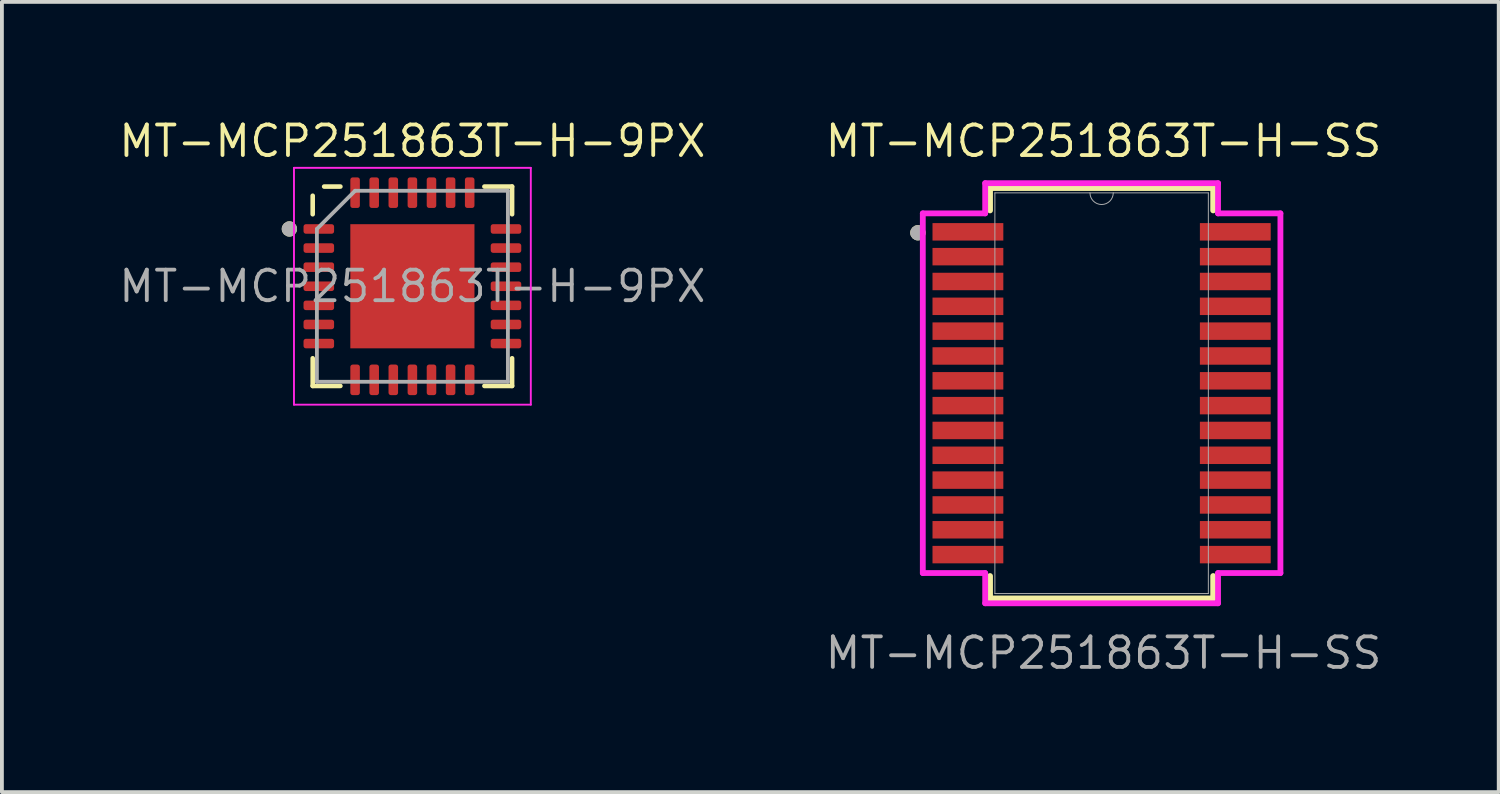
<source format=kicad_pcb>
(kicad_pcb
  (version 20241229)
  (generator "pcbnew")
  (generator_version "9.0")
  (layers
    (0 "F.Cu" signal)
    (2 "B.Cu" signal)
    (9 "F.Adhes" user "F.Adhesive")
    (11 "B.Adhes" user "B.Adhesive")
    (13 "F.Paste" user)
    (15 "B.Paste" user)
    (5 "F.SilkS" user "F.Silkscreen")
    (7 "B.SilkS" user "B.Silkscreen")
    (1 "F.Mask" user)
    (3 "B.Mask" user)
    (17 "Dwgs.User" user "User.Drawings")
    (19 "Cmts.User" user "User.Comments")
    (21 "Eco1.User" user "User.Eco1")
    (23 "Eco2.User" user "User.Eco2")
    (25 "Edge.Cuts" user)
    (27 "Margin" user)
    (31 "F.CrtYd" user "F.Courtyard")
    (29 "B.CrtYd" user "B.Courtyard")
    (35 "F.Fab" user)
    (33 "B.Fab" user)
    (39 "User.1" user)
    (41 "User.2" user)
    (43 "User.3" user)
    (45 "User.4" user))
  (footprint "MT-MCP251863T-H-9PX"
    (layer "F.Cu")
    (at 7.746 4.444)
    (property "Reference" "MT-MCP251863T-H-9PX" (at 0 -3.8 0) (layer "F.SilkS") (effects (font (size 0.8 0.8) (thickness 0.1))))
    (attr smd)
    (fp_line (start -2.61 -1.885) (end -2.61 -2.37) (stroke (width 0.12) (type solid)) (layer "F.SilkS"))
    (fp_line (start -2.61 2.61) (end -2.61 1.885) (stroke (width 0.12) (type solid)) (layer "F.SilkS"))
    (fp_line (start -1.885 -2.61) (end -2.31 -2.61) (stroke (width 0.12) (type solid)) (layer "F.SilkS"))
    (fp_line (start -1.885 2.61) (end -2.61 2.61) (stroke (width 0.12) (type solid)) (layer "F.SilkS"))
    (fp_line (start 1.885 -2.61) (end 2.61 -2.61) (stroke (width 0.12) (type solid)) (layer "F.SilkS"))
    (fp_line (start 1.885 2.61) (end 2.61 2.61) (stroke (width 0.12) (type solid)) (layer "F.SilkS"))
    (fp_line (start 2.61 -2.61) (end 2.61 -1.885) (stroke (width 0.12) (type solid)) (layer "F.SilkS"))
    (fp_line (start 2.61 2.61) (end 2.61 1.885) (stroke (width 0.12) (type solid)) (layer "F.SilkS"))
    (fp_circle (center -3.22 -1.5) (end -3.12 -1.5) (stroke (width 0.2) (type solid)) (fill no) (layer "F.SilkS"))
    (fp_line (start -3.1 -3.1) (end -3.1 3.1) (stroke (width 0.05) (type solid)) (layer "F.CrtYd"))
    (fp_line (start -3.1 3.1) (end 3.1 3.1) (stroke (width 0.05) (type solid)) (layer "F.CrtYd"))
    (fp_line (start 3.1 -3.1) (end -3.1 -3.1) (stroke (width 0.05) (type solid)) (layer "F.CrtYd"))
    (fp_line (start 3.1 3.1) (end 3.1 -3.1) (stroke (width 0.05) (type solid)) (layer "F.CrtYd"))
    (fp_line (start -2.5 -1.5) (end -1.5 -2.5) (stroke (width 0.1) (type solid)) (layer "F.Fab"))
    (fp_line (start -2.5 2.5) (end -2.5 -1.5) (stroke (width 0.1) (type solid)) (layer "F.Fab"))
    (fp_line (start -1.5 -2.5) (end 2.5 -2.5) (stroke (width 0.1) (type solid)) (layer "F.Fab"))
    (fp_line (start 2.5 -2.5) (end 2.5 2.5) (stroke (width 0.1) (type solid)) (layer "F.Fab"))
    (fp_line (start 2.5 2.5) (end -2.5 2.5) (stroke (width 0.1) (type solid)) (layer "F.Fab"))
    (fp_circle (center -3.22 -1.5) (end -3.12 -1.5) (stroke (width 0.2) (type solid)) (fill no) (layer "F.Fab"))
    (fp_text user "${REFERENCE}" (at 0 0 0) (layer "F.Fab") (effects (font (size 0.8 0.8) (thickness 0.1))))
    (pad "" smd roundrect (at -0.81 -0.81) (size 1.31 1.31) (layers "F.Paste") (roundrect_rratio 0.191))
    (pad "" smd roundrect (at -0.81 0.81) (size 1.31 1.31) (layers "F.Paste") (roundrect_rratio 0.191))
    (pad "" smd roundrect (at 0.81 -0.81) (size 1.31 1.31) (layers "F.Paste") (roundrect_rratio 0.191))
    (pad "" smd roundrect (at 0.81 0.81) (size 1.31 1.31) (layers "F.Paste") (roundrect_rratio 0.191))
    (pad "1" smd roundrect (at -2.45 -1.5) (size 0.8 0.25) (layers "F.Cu" "F.Mask" "F.Paste") (roundrect_rratio 0.25))
    (pad "2" smd roundrect (at -2.45 -1) (size 0.8 0.25) (layers "F.Cu" "F.Mask" "F.Paste") (roundrect_rratio 0.25))
    (pad "3" smd roundrect (at -2.45 -0.5) (size 0.8 0.25) (layers "F.Cu" "F.Mask" "F.Paste") (roundrect_rratio 0.25))
    (pad "4" smd roundrect (at -2.45 0) (size 0.8 0.25) (layers "F.Cu" "F.Mask" "F.Paste") (roundrect_rratio 0.25))
    (pad "5" smd roundrect (at -2.45 0.5) (size 0.8 0.25) (layers "F.Cu" "F.Mask" "F.Paste") (roundrect_rratio 0.25))
    (pad "6" smd roundrect (at -2.45 1) (size 0.8 0.25) (layers "F.Cu" "F.Mask" "F.Paste") (roundrect_rratio 0.25))
    (pad "7" smd roundrect (at -2.45 1.5) (size 0.8 0.25) (layers "F.Cu" "F.Mask" "F.Paste") (roundrect_rratio 0.25))
    (pad "8" smd roundrect (at -1.5 2.45) (size 0.25 0.8) (layers "F.Cu" "F.Mask" "F.Paste") (roundrect_rratio 0.25))
    (pad "9" smd roundrect (at -1 2.45) (size 0.25 0.8) (layers "F.Cu" "F.Mask" "F.Paste") (roundrect_rratio 0.25))
    (pad "10" smd roundrect (at -0.5 2.45) (size 0.25 0.8) (layers "F.Cu" "F.Mask" "F.Paste") (roundrect_rratio 0.25))
    (pad "11" smd roundrect (at 0 2.45) (size 0.25 0.8) (layers "F.Cu" "F.Mask" "F.Paste") (roundrect_rratio 0.25))
    (pad "12" smd roundrect (at 0.5 2.45) (size 0.25 0.8) (layers "F.Cu" "F.Mask" "F.Paste") (roundrect_rratio 0.25))
    (pad "13" smd roundrect (at 1 2.45) (size 0.25 0.8) (layers "F.Cu" "F.Mask" "F.Paste") (roundrect_rratio 0.25))
    (pad "14" smd roundrect (at 1.5 2.45) (size 0.25 0.8) (layers "F.Cu" "F.Mask" "F.Paste") (roundrect_rratio 0.25))
    (pad "15" smd roundrect (at 2.45 1.5) (size 0.8 0.25) (layers "F.Cu" "F.Mask" "F.Paste") (roundrect_rratio 0.25))
    (pad "16" smd roundrect (at 2.45 1) (size 0.8 0.25) (layers "F.Cu" "F.Mask" "F.Paste") (roundrect_rratio 0.25))
    (pad "17" smd roundrect (at 2.45 0.5) (size 0.8 0.25) (layers "F.Cu" "F.Mask" "F.Paste") (roundrect_rratio 0.25))
    (pad "18" smd roundrect (at 2.45 0) (size 0.8 0.25) (layers "F.Cu" "F.Mask" "F.Paste") (roundrect_rratio 0.25))
    (pad "19" smd roundrect (at 2.45 -0.5) (size 0.8 0.25) (layers "F.Cu" "F.Mask" "F.Paste") (roundrect_rratio 0.25))
    (pad "20" smd roundrect (at 2.45 -1) (size 0.8 0.25) (layers "F.Cu" "F.Mask" "F.Paste") (roundrect_rratio 0.25))
    (pad "21" smd roundrect (at 2.45 -1.5) (size 0.8 0.25) (layers "F.Cu" "F.Mask" "F.Paste") (roundrect_rratio 0.25))
    (pad "22" smd roundrect (at 1.5 -2.45) (size 0.25 0.8) (layers "F.Cu" "F.Mask" "F.Paste") (roundrect_rratio 0.25))
    (pad "23" smd roundrect (at 1 -2.45) (size 0.25 0.8) (layers "F.Cu" "F.Mask" "F.Paste") (roundrect_rratio 0.25))
    (pad "24" smd roundrect (at 0.5 -2.45) (size 0.25 0.8) (layers "F.Cu" "F.Mask" "F.Paste") (roundrect_rratio 0.25))
    (pad "25" smd roundrect (at 0 -2.45) (size 0.25 0.8) (layers "F.Cu" "F.Mask" "F.Paste") (roundrect_rratio 0.25))
    (pad "26" smd roundrect (at -0.5 -2.45) (size 0.25 0.8) (layers "F.Cu" "F.Mask" "F.Paste") (roundrect_rratio 0.25))
    (pad "27" smd roundrect (at -1 -2.45) (size 0.25 0.8) (layers "F.Cu" "F.Mask" "F.Paste") (roundrect_rratio 0.25))
    (pad "28" smd roundrect (at -1.5 -2.45) (size 0.25 0.8) (layers "F.Cu" "F.Mask" "F.Paste") (roundrect_rratio 0.25))
    (pad "29" smd rect (at 0 0) (size 3.25 3.25) (property pad_prop_heatsink) (layers "F.Cu" "F.Mask")))
  (footprint "MT-MCP251863T-H-SS"
    (layer "F.Cu")
    (at 25.789 7.244)
    (property "Reference" "MT-MCP251863T-H-SS" (at 0.05 -6.6 0) (unlocked yes) (layer "F.SilkS") (effects (font (size 0.8 0.8) (thickness 0.1))))
    (attr smd)
    (fp_line (start -2.921 -5.372) (end -2.921 -4.786) (stroke (width 0.152) (type solid)) (layer "F.SilkS"))
    (fp_line (start -2.921 4.786) (end -2.921 5.372) (stroke (width 0.152) (type solid)) (layer "F.SilkS"))
    (fp_line (start -2.921 5.372) (end 2.921 5.372) (stroke (width 0.152) (type solid)) (layer "F.SilkS"))
    (fp_line (start 2.921 -5.372) (end -2.921 -5.372) (stroke (width 0.152) (type solid)) (layer "F.SilkS"))
    (fp_line (start 2.921 -4.786) (end 2.921 -5.372) (stroke (width 0.152) (type solid)) (layer "F.SilkS"))
    (fp_line (start 2.921 5.372) (end 2.921 4.786) (stroke (width 0.152) (type solid)) (layer "F.SilkS"))
    (fp_circle (center -4.81 -4.2) (end -4.71 -4.2) (stroke (width 0.2) (type solid)) (fill no) (layer "F.SilkS"))
    (fp_line (start -4.681 -4.708) (end -3.048 -4.708) (stroke (width 0.152) (type solid)) (layer "F.CrtYd"))
    (fp_line (start -4.681 4.708) (end -4.681 -4.708) (stroke (width 0.152) (type solid)) (layer "F.CrtYd"))
    (fp_line (start -4.681 4.708) (end -3.048 4.708) (stroke (width 0.152) (type solid)) (layer "F.CrtYd"))
    (fp_line (start -3.048 -5.499) (end 3.048 -5.499) (stroke (width 0.152) (type solid)) (layer "F.CrtYd"))
    (fp_line (start -3.048 -4.708) (end -3.048 -5.499) (stroke (width 0.152) (type solid)) (layer "F.CrtYd"))
    (fp_line (start -3.048 5.499) (end -3.048 4.708) (stroke (width 0.152) (type solid)) (layer "F.CrtYd"))
    (fp_line (start 3.048 -5.499) (end 3.048 -4.708) (stroke (width 0.152) (type solid)) (layer "F.CrtYd"))
    (fp_line (start 3.048 4.708) (end 3.048 5.499) (stroke (width 0.152) (type solid)) (layer "F.CrtYd"))
    (fp_line (start 3.048 5.499) (end -3.048 5.499) (stroke (width 0.152) (type solid)) (layer "F.CrtYd"))
    (fp_line (start 4.681 -4.708) (end 3.048 -4.708) (stroke (width 0.152) (type solid)) (layer "F.CrtYd"))
    (fp_line (start 4.681 -4.708) (end 4.681 4.708) (stroke (width 0.152) (type solid)) (layer "F.CrtYd"))
    (fp_line (start 4.681 4.708) (end 3.048 4.708) (stroke (width 0.152) (type solid)) (layer "F.CrtYd"))
    (fp_line (start -2.794 -5.245) (end -2.794 5.245) (stroke (width 0.025) (type solid)) (layer "F.Fab"))
    (fp_line (start -2.794 5.245) (end 2.794 5.245) (stroke (width 0.025) (type solid)) (layer "F.Fab"))
    (fp_line (start 2.794 -5.245) (end -2.794 -5.245) (stroke (width 0.025) (type solid)) (layer "F.Fab"))
    (fp_line (start 2.794 5.245) (end 2.794 -5.245) (stroke (width 0.025) (type solid)) (layer "F.Fab"))
    (fp_arc (start 0.3048 -5.2451) (mid 0 -4.9403) (end -0.3048 -5.2451) (stroke (width 0.0254) (type solid)) (layer "F.Fab"))
    (fp_circle (center -4.81 -4.2) (end -4.71 -4.2) (stroke (width 0.2) (type solid)) (fill no) (layer "F.Fab"))
    (fp_text user "${REFERENCE}" (at 0.05 6.8 0) (unlocked yes) (layer "F.Fab") (effects (font (size 0.8 0.8) (thickness 0.1))))
    (pad "1" smd rect (at -3.5 -4.225) (size 1.854 0.457) (layers "F.Cu" "F.Mask" "F.Paste"))
    (pad "2" smd rect (at -3.5 -3.575) (size 1.854 0.457) (layers "F.Cu" "F.Mask" "F.Paste"))
    (pad "3" smd rect (at -3.5 -2.925) (size 1.854 0.457) (layers "F.Cu" "F.Mask" "F.Paste"))
    (pad "4" smd rect (at -3.5 -2.275) (size 1.854 0.457) (layers "F.Cu" "F.Mask" "F.Paste"))
    (pad "5" smd rect (at -3.5 -1.625) (size 1.854 0.457) (layers "F.Cu" "F.Mask" "F.Paste"))
    (pad "6" smd rect (at -3.5 -0.975) (size 1.854 0.457) (layers "F.Cu" "F.Mask" "F.Paste"))
    (pad "7" smd rect (at -3.5 -0.325) (size 1.854 0.457) (layers "F.Cu" "F.Mask" "F.Paste"))
    (pad "8" smd rect (at -3.5 0.325) (size 1.854 0.457) (layers "F.Cu" "F.Mask" "F.Paste"))
    (pad "9" smd rect (at -3.5 0.975) (size 1.854 0.457) (layers "F.Cu" "F.Mask" "F.Paste"))
    (pad "10" smd rect (at -3.5 1.625) (size 1.854 0.457) (layers "F.Cu" "F.Mask" "F.Paste"))
    (pad "11" smd rect (at -3.5 2.275) (size 1.854 0.457) (layers "F.Cu" "F.Mask" "F.Paste"))
    (pad "12" smd rect (at -3.5 2.925) (size 1.854 0.457) (layers "F.Cu" "F.Mask" "F.Paste"))
    (pad "13" smd rect (at -3.5 3.575) (size 1.854 0.457) (layers "F.Cu" "F.Mask" "F.Paste"))
    (pad "14" smd rect (at -3.5 4.225) (size 1.854 0.457) (layers "F.Cu" "F.Mask" "F.Paste"))
    (pad "15" smd rect (at 3.5 4.225) (size 1.854 0.457) (layers "F.Cu" "F.Mask" "F.Paste"))
    (pad "16" smd rect (at 3.5 3.575) (size 1.854 0.457) (layers "F.Cu" "F.Mask" "F.Paste"))
    (pad "17" smd rect (at 3.5 2.925) (size 1.854 0.457) (layers "F.Cu" "F.Mask" "F.Paste"))
    (pad "18" smd rect (at 3.5 2.275) (size 1.854 0.457) (layers "F.Cu" "F.Mask" "F.Paste"))
    (pad "19" smd rect (at 3.5 1.625) (size 1.854 0.457) (layers "F.Cu" "F.Mask" "F.Paste"))
    (pad "20" smd rect (at 3.5 0.975) (size 1.854 0.457) (layers "F.Cu" "F.Mask" "F.Paste"))
    (pad "21" smd rect (at 3.5 0.325) (size 1.854 0.457) (layers "F.Cu" "F.Mask" "F.Paste"))
    (pad "22" smd rect (at 3.5 -0.325) (size 1.854 0.457) (layers "F.Cu" "F.Mask" "F.Paste"))
    (pad "23" smd rect (at 3.5 -0.975) (size 1.854 0.457) (layers "F.Cu" "F.Mask" "F.Paste"))
    (pad "24" smd rect (at 3.5 -1.625) (size 1.854 0.457) (layers "F.Cu" "F.Mask" "F.Paste"))
    (pad "25" smd rect (at 3.5 -2.275) (size 1.854 0.457) (layers "F.Cu" "F.Mask" "F.Paste"))
    (pad "26" smd rect (at 3.5 -2.925) (size 1.854 0.457) (layers "F.Cu" "F.Mask" "F.Paste"))
    (pad "27" smd rect (at 3.5 -3.575) (size 1.854 0.457) (layers "F.Cu" "F.Mask" "F.Paste"))
    (pad "28" smd rect (at 3.5 -4.225) (size 1.854 0.457) (layers "F.Cu" "F.Mask" "F.Paste")))
  (gr_rect
    (start -3 -3)
    (end 36.185 17.687)
    (stroke (width 0.1) (type default))
    (fill no)
    (layer "Edge.Cuts")))
</source>
